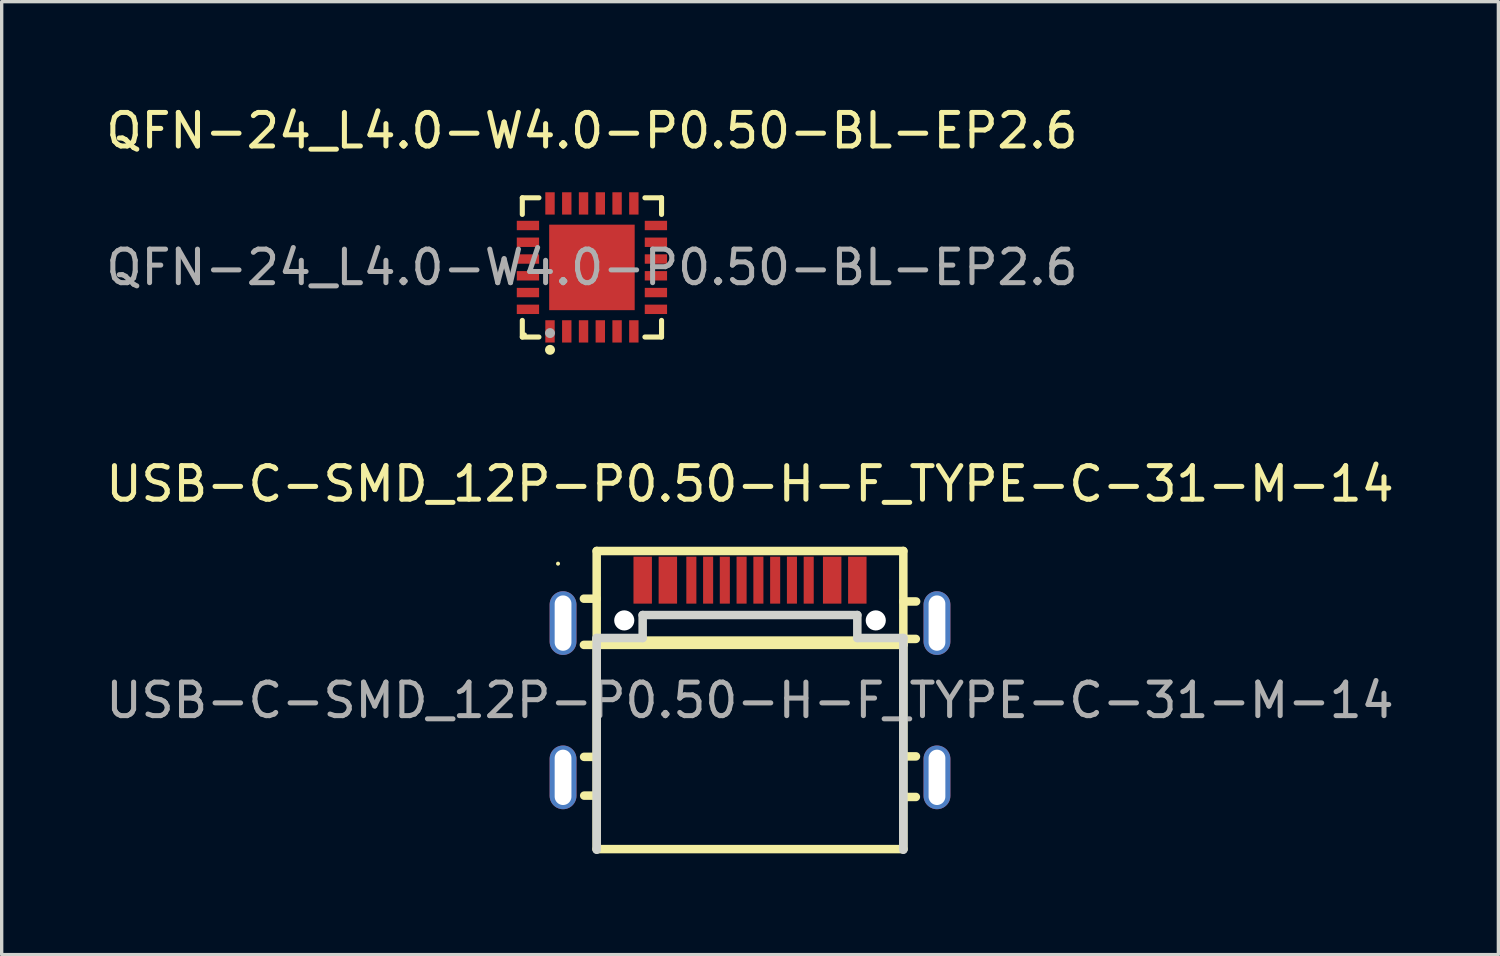
<source format=kicad_pcb>
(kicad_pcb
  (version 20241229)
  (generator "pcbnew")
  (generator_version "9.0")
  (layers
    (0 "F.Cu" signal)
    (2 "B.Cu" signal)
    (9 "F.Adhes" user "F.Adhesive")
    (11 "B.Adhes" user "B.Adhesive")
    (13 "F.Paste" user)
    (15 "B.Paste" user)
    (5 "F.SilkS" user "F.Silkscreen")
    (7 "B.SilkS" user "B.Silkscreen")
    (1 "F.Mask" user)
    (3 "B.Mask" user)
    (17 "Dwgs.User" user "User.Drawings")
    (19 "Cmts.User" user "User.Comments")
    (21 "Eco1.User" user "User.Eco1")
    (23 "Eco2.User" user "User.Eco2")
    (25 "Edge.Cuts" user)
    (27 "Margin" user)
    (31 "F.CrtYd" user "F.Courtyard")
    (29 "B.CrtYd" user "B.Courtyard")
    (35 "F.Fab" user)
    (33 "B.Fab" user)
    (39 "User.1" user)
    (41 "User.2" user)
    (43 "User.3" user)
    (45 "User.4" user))
  (footprint "USB-C-SMD_12P-P0.50-H-F_TYPE-C-31-M-14"
    (layer "F.Cu")
    (at 19.315 17.19)
    (property "Reference" "USB-C-SMD_12P-P0.50-H-F_TYPE-C-31-M-14" (at 0 -5.81 0) (layer "F.SilkS") (effects (font (size 1 1) (thickness 0.15))))
    (attr through_hole)
    (fp_line (start -4.572 -3.81) (end 4.572 -3.81) (stroke (width 0.254) (type solid)) (layer "F.SilkS"))
    (fp_line (start -4.572 -2.387) (end -4.953 -2.387) (stroke (width 0.254) (type solid)) (layer "F.SilkS"))
    (fp_line (start -4.572 -1.188) (end -4.572 5.08) (stroke (width 0.254) (type solid)) (layer "F.SilkS"))
    (fp_line (start -4.572 -1.137) (end 4.572 -1.137) (stroke (width 0.254) (type solid)) (layer "F.SilkS"))
    (fp_line (start -4.572 -1.01) (end -4.953 -1.01) (stroke (width 0.254) (type solid)) (layer "F.SilkS"))
    (fp_line (start -4.572 -1.01) (end -4.572 -3.81) (stroke (width 0.254) (type solid)) (layer "F.SilkS"))
    (fp_line (start -4.572 2.329) (end -4.947 2.329) (stroke (width 0.254) (type solid)) (layer "F.SilkS"))
    (fp_line (start -4.572 3.485) (end -4.944 3.485) (stroke (width 0.254) (type solid)) (layer "F.SilkS"))
    (fp_line (start -4.572 5.08) (end 4.572 5.08) (stroke (width 0.254) (type solid)) (layer "F.SilkS"))
    (fp_line (start 4.572 -3.81) (end 4.572 -1.01) (stroke (width 0.254) (type solid)) (layer "F.SilkS"))
    (fp_line (start 4.572 -2.304) (end 4.953 -2.304) (stroke (width 0.254) (type solid)) (layer "F.SilkS"))
    (fp_line (start 4.572 -1.188) (end 4.944 -1.188) (stroke (width 0.254) (type solid)) (layer "F.SilkS"))
    (fp_line (start 4.572 -1.01) (end -4.572 -1.01) (stroke (width 0.254) (type solid)) (layer "F.SilkS"))
    (fp_line (start 4.572 2.315) (end 4.948 2.315) (stroke (width 0.254) (type solid)) (layer "F.SilkS"))
    (fp_line (start 4.572 3.525) (end 4.945 3.525) (stroke (width 0.254) (type solid)) (layer "F.SilkS"))
    (fp_line (start 4.572 5.08) (end 4.572 -1.188) (stroke (width 0.254) (type solid)) (layer "F.SilkS"))
    (fp_circle (center -5.725 -3.432) (end -5.695 -3.432) (stroke (width 0.06) (type solid)) (fill no) (layer "F.SilkS"))
    (fp_line (start -4.572 -1.215) (end -4.572 5.1) (stroke (width 0.254) (type solid)) (layer "Edge.Cuts"))
    (fp_line (start -4.572 -1.215) (end -3.201 -1.215) (stroke (width 0.254) (type solid)) (layer "Edge.Cuts"))
    (fp_line (start -3.201 -1.9) (end 3.2 -1.9) (stroke (width 0.254) (type solid)) (layer "Edge.Cuts"))
    (fp_line (start -3.201 -1.215) (end -3.201 -1.9) (stroke (width 0.254) (type solid)) (layer "Edge.Cuts"))
    (fp_line (start 3.2 -1.215) (end 3.2 -1.9) (stroke (width 0.254) (type solid)) (layer "Edge.Cuts"))
    (fp_line (start 4.572 -1.215) (end 3.2 -1.215) (stroke (width 0.254) (type solid)) (layer "Edge.Cuts"))
    (fp_line (start 4.572 -1.215) (end 4.572 5.1) (stroke (width 0.254) (type solid)) (layer "Edge.Cuts"))
    (fp_circle (center -3.75 -1.74) (end -3.65 -1.74) (stroke (width 0.2) (type solid)) (fill no) (layer "F.Fab"))
    (fp_circle (center 3.75 -1.74) (end 3.85 -1.74) (stroke (width 0.2) (type solid)) (fill no) (layer "F.Fab"))
    (fp_text user "${REFERENCE}" (at 0 0.645 0) (layer "F.Fab") (effects (font (size 1 1) (thickness 0.15))))
    (pad "" np_thru_hole circle (at -3.75 -1.74) (size 0.6 0.6) (drill 0.6) (layers "*.Cu" "*.Mask"))
    (pad "" np_thru_hole circle (at 3.75 -1.74) (size 0.6 0.6) (drill 0.6) (layers "*.Cu" "*.Mask"))
    (pad "A1B12" smd rect (at -3.2 -2.94) (size 0.55 1.4) (layers "F.Cu" "F.Mask" "F.Paste"))
    (pad "A4B9" smd rect (at -2.45 -2.94) (size 0.55 1.4) (layers "F.Cu" "F.Mask" "F.Paste"))
    (pad "A5" smd rect (at -1.249 -2.94) (size 0.3 1.4) (layers "F.Cu" "F.Mask" "F.Paste"))
    (pad "A6" smd rect (at -0.251 -2.94) (size 0.3 1.4) (layers "F.Cu" "F.Mask" "F.Paste"))
    (pad "A7" smd rect (at 0.25 -2.94) (size 0.3 1.4) (layers "F.Cu" "F.Mask" "F.Paste"))
    (pad "A8" smd rect (at 1.25 -2.94) (size 0.3 1.4) (layers "F.Cu" "F.Mask" "F.Paste"))
    (pad "B1A12" smd rect (at 3.2 -2.94) (size 0.55 1.4) (layers "F.Cu" "F.Mask" "F.Paste"))
    (pad "B4A9" smd rect (at 2.45 -2.94) (size 0.55 1.4) (layers "F.Cu" "F.Mask" "F.Paste"))
    (pad "B5" smd rect (at 1.75 -2.94) (size 0.3 1.4) (layers "F.Cu" "F.Mask" "F.Paste"))
    (pad "B6" smd rect (at 0.75 -2.94) (size 0.3 1.4) (layers "F.Cu" "F.Mask" "F.Paste"))
    (pad "B7" smd rect (at -0.751 -2.94) (size 0.3 1.4) (layers "F.Cu" "F.Mask" "F.Paste"))
    (pad "B8" smd rect (at -1.749 -2.94) (size 0.3 1.4) (layers "F.Cu" "F.Mask" "F.Paste"))
    (pad "S" thru_hole oval (at -5.575 -1.66) (size 0.8 1.9) (drill oval 0.5 1.65) (layers "*.Cu" "*.Mask"))
    (pad "S" thru_hole oval (at -5.575 2.94) (size 0.8 1.9) (drill oval 0.5 1.65) (layers "*.Cu" "*.Mask"))
    (pad "S" thru_hole oval (at 5.575 -1.66) (size 0.8 1.9) (drill oval 0.5 1.65) (layers "*.Cu" "*.Mask"))
    (pad "S" thru_hole oval (at 5.575 2.94) (size 0.8 1.9) (drill oval 0.5 1.65) (layers "*.Cu" "*.Mask")))
  (footprint "QFN-24_L4.0-W4.0-P0.50-BL-EP2.6"
    (layer "F.Cu")
    (at 14.601 4.924)
    (property "Reference" "QFN-24_L4.0-W4.0-P0.50-BL-EP2.6" (at 0 -4.076 0) (layer "F.SilkS") (effects (font (size 1 1) (thickness 0.15))))
    (attr smd)
    (fp_line (start -2.076 -2.076) (end -1.58 -2.076) (stroke (width 0.152) (type solid)) (layer "F.SilkS"))
    (fp_line (start -2.076 -1.58) (end -2.076 -2.076) (stroke (width 0.152) (type solid)) (layer "F.SilkS"))
    (fp_line (start -2.076 1.58) (end -2.076 2.076) (stroke (width 0.152) (type solid)) (layer "F.SilkS"))
    (fp_line (start -2.076 2.076) (end -1.58 2.076) (stroke (width 0.152) (type solid)) (layer "F.SilkS"))
    (fp_line (start 2.076 -2.076) (end 1.58 -2.076) (stroke (width 0.152) (type solid)) (layer "F.SilkS"))
    (fp_line (start 2.076 -1.58) (end 2.076 -2.076) (stroke (width 0.152) (type solid)) (layer "F.SilkS"))
    (fp_line (start 2.076 1.58) (end 2.076 2.076) (stroke (width 0.152) (type solid)) (layer "F.SilkS"))
    (fp_line (start 2.076 2.076) (end 1.58 2.076) (stroke (width 0.152) (type solid)) (layer "F.SilkS"))
    (fp_circle (center -2 2) (end -1.97 2) (stroke (width 0.06) (type solid)) (fill no) (layer "F.SilkS"))
    (fp_circle (center -1.25 2.458) (end -1.175 2.458) (stroke (width 0.15) (type solid)) (fill no) (layer "F.SilkS"))
    (fp_circle (center -1.25 1.958) (end -1.175 1.958) (stroke (width 0.15) (type solid)) (fill no) (layer "F.Fab"))
    (fp_text user "${REFERENCE}" (at 0 0 0) (layer "F.Fab") (effects (font (size 1 1) (thickness 0.15))))
    (pad "1" smd rect (at -1.25 1.908) (size 0.28 0.665) (layers "F.Cu" "F.Mask" "F.Paste"))
    (pad "2" smd rect (at -0.75 1.908) (size 0.28 0.665) (layers "F.Cu" "F.Mask" "F.Paste"))
    (pad "3" smd rect (at -0.25 1.908) (size 0.28 0.665) (layers "F.Cu" "F.Mask" "F.Paste"))
    (pad "4" smd rect (at 0.25 1.908) (size 0.28 0.665) (layers "F.Cu" "F.Mask" "F.Paste"))
    (pad "5" smd rect (at 0.75 1.908) (size 0.28 0.665) (layers "F.Cu" "F.Mask" "F.Paste"))
    (pad "6" smd rect (at 1.25 1.908) (size 0.28 0.665) (layers "F.Cu" "F.Mask" "F.Paste"))
    (pad "7" smd rect (at 1.908 1.25) (size 0.665 0.28) (layers "F.Cu" "F.Mask" "F.Paste"))
    (pad "8" smd rect (at 1.908 0.75) (size 0.665 0.28) (layers "F.Cu" "F.Mask" "F.Paste"))
    (pad "9" smd rect (at 1.908 0.25) (size 0.665 0.28) (layers "F.Cu" "F.Mask" "F.Paste"))
    (pad "10" smd rect (at 1.908 -0.25) (size 0.665 0.28) (layers "F.Cu" "F.Mask" "F.Paste"))
    (pad "11" smd rect (at 1.908 -0.75) (size 0.665 0.28) (layers "F.Cu" "F.Mask" "F.Paste"))
    (pad "12" smd rect (at 1.908 -1.25) (size 0.665 0.28) (layers "F.Cu" "F.Mask" "F.Paste"))
    (pad "13" smd rect (at 1.25 -1.908) (size 0.28 0.665) (layers "F.Cu" "F.Mask" "F.Paste"))
    (pad "14" smd rect (at 0.75 -1.908) (size 0.28 0.665) (layers "F.Cu" "F.Mask" "F.Paste"))
    (pad "15" smd rect (at 0.25 -1.908) (size 0.28 0.665) (layers "F.Cu" "F.Mask" "F.Paste"))
    (pad "16" smd rect (at -0.25 -1.908) (size 0.28 0.665) (layers "F.Cu" "F.Mask" "F.Paste"))
    (pad "17" smd rect (at -0.75 -1.908) (size 0.28 0.665) (layers "F.Cu" "F.Mask" "F.Paste"))
    (pad "18" smd rect (at -1.25 -1.908) (size 0.28 0.665) (layers "F.Cu" "F.Mask" "F.Paste"))
    (pad "19" smd rect (at -1.908 -1.25) (size 0.665 0.28) (layers "F.Cu" "F.Mask" "F.Paste"))
    (pad "20" smd rect (at -1.908 -0.75) (size 0.665 0.28) (layers "F.Cu" "F.Mask" "F.Paste"))
    (pad "21" smd rect (at -1.908 -0.25) (size 0.665 0.28) (layers "F.Cu" "F.Mask" "F.Paste"))
    (pad "22" smd rect (at -1.908 0.25) (size 0.665 0.28) (layers "F.Cu" "F.Mask" "F.Paste"))
    (pad "23" smd rect (at -1.908 0.75) (size 0.665 0.28) (layers "F.Cu" "F.Mask" "F.Paste"))
    (pad "24" smd rect (at -1.908 1.25) (size 0.665 0.28) (layers "F.Cu" "F.Mask" "F.Paste"))
    (pad "25" smd rect (at 0 0) (size 2.55 2.55) (layers "F.Cu" "F.Mask" "F.Paste")))
  (gr_rect
    (start -3 -3)
    (end 41.631 25.417)
    (stroke (width 0.1) (type default))
    (fill no)
    (layer "Edge.Cuts")))
</source>
